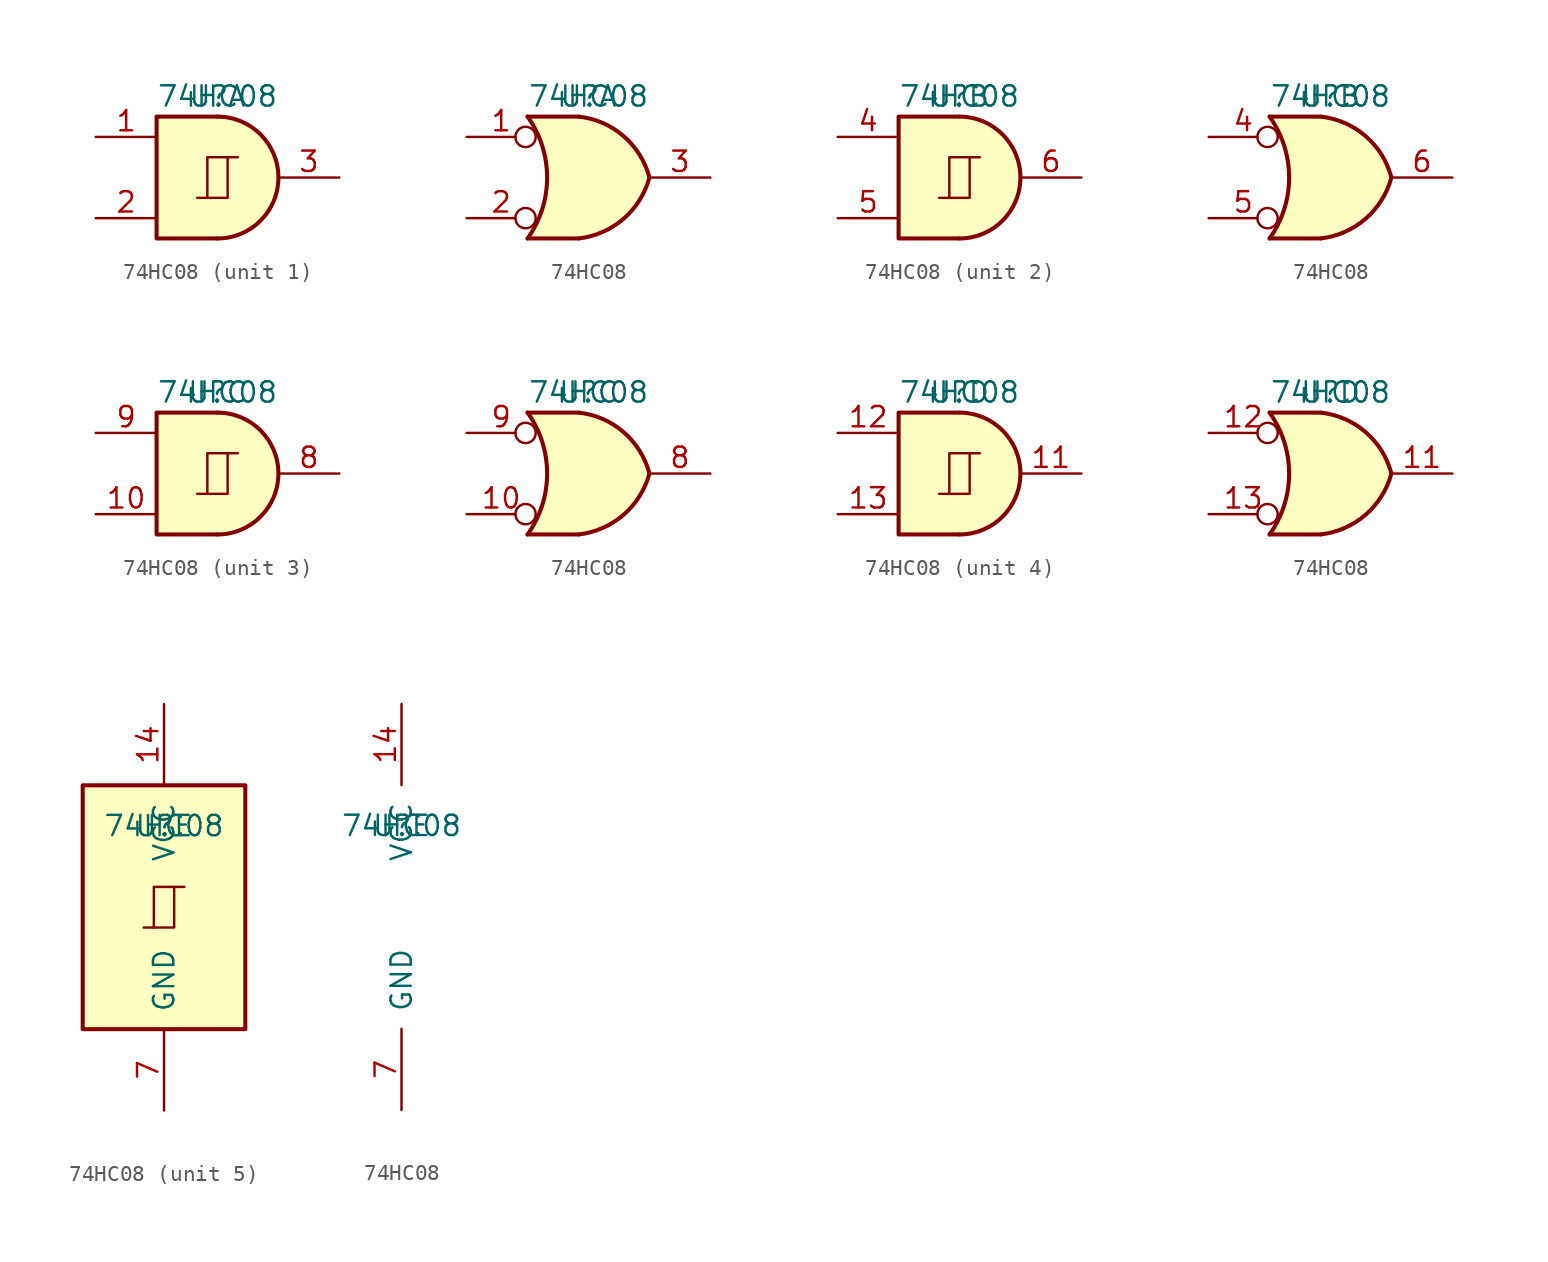
<source format=kicad_sym>
(kicad_symbol_lib
  (version 20211014)
  (generator kicad_symbol_editor)
  (symbol "74HC08"
    (pin_names
      (offset 1.016))
    (property "Reference" "U"
      (at 0 5.08 0)
      (effects (font (size 1.27 1.27))))
    (property "Value" "74HC08"
      (at 0 5.08 0)
      (effects (font (size 1.27 1.27))))
    (property "ki_locked" ""
      (at 0 0 0)
      (effects (font (size 1.27 1.27))))
    (symbol "74HC08_1_1"
      (arc (start 0 -3.81) (mid 3.81 0) (end 0 3.81) (stroke (width 0.254) (type default) (color 0 0 0 0)) (fill (type background)))
      (polyline (pts (xy -0.635 -1.27) (xy -0.635 1.27) (xy 0.635 1.27)) (stroke (width 0) (type default) (color 0 0 0 0)) (fill (type none)))
      (polyline (pts (xy -1.27 -1.27) (xy 0.635 -1.27) (xy 0.635 1.27) (xy 1.27 1.27)) (stroke (width 0) (type default) (color 0 0 0 0)) (fill (type none)))
      (polyline (pts (xy 0 3.81) (xy -3.81 3.81) (xy -3.81 -3.81) (xy 0 -3.81)) (stroke (width 0.254) (type default) (color 0 0 0 0)) (fill (type background)))
      (pin input line (at -7.62 2.54 0) (length 3.81) (name "~" (effects (font (size 1.27 1.27)))) (number "1" (effects (font (size 1.27 1.27)))))
      (pin input line (at -7.62 -2.54 0) (length 3.81) (name "~" (effects (font (size 1.27 1.27)))) (number "2" (effects (font (size 1.27 1.27)))))
      (pin output line (at 7.62 0 180) (length 3.81) (name "~" (effects (font (size 1.27 1.27)))) (number "3" (effects (font (size 1.27 1.27))))))
    (symbol "74HC08_1_2"
      (arc (start -3.81 -3.81) (mid -2.589 0) (end -3.81 3.81) (stroke (width 0.254) (type default) (color 0 0 0 0)) (fill (type none)))
      (arc (start -0.6096 -3.81) (mid 2.1842 -2.5851) (end 3.81 0) (stroke (width 0.254) (type default) (color 0 0 0 0)) (fill (type background)))
      (polyline (pts (xy -3.81 -3.81) (xy -0.635 -3.81)) (stroke (width 0.254) (type default) (color 0 0 0 0)) (fill (type background)))
      (polyline (pts (xy -3.81 3.81) (xy -0.635 3.81)) (stroke (width 0.254) (type default) (color 0 0 0 0)) (fill (type background)))
      (polyline (pts (xy -0.635 3.81) (xy -3.81 3.81) (xy -3.81 3.81) (xy -3.556 3.404) (xy -3.023 2.261) (xy -2.692 1.041) (xy -2.616 -0.254) (xy -2.769 -1.499) (xy -3.175 -2.718) (xy -3.81 -3.81) (xy -3.81 -3.81) (xy -0.635 -3.81)) (stroke (width -25.4) (type default) (color 0 0 0 0)) (fill (type background)))
      (arc (start 3.81 0) (mid 2.1915 2.5936) (end -0.6096 3.81) (stroke (width 0.254) (type default) (color 0 0 0 0)) (fill (type background)))
      (pin input inverted (at -7.62 2.54 0) (length 4.318) (name "~" (effects (font (size 1.27 1.27)))) (number "1" (effects (font (size 1.27 1.27)))))
      (pin input inverted (at -7.62 -2.54 0) (length 4.318) (name "~" (effects (font (size 1.27 1.27)))) (number "2" (effects (font (size 1.27 1.27)))))
      (pin output line (at 7.62 0 180) (length 3.81) (name "~" (effects (font (size 1.27 1.27)))) (number "3" (effects (font (size 1.27 1.27))))))
    (symbol "74HC08_2_1"
      (arc (start 0 -3.81) (mid 3.81 0) (end 0 3.81) (stroke (width 0.254) (type default) (color 0 0 0 0)) (fill (type background)))
      (polyline (pts (xy -0.635 -1.27) (xy -0.635 1.27) (xy 0.635 1.27)) (stroke (width 0) (type default) (color 0 0 0 0)) (fill (type none)))
      (polyline (pts (xy -1.27 -1.27) (xy 0.635 -1.27) (xy 0.635 1.27) (xy 1.27 1.27)) (stroke (width 0) (type default) (color 0 0 0 0)) (fill (type none)))
      (polyline (pts (xy 0 3.81) (xy -3.81 3.81) (xy -3.81 -3.81) (xy 0 -3.81)) (stroke (width 0.254) (type default) (color 0 0 0 0)) (fill (type background)))
      (pin input line (at -7.62 2.54 0) (length 3.81) (name "~" (effects (font (size 1.27 1.27)))) (number "4" (effects (font (size 1.27 1.27)))))
      (pin input line (at -7.62 -2.54 0) (length 3.81) (name "~" (effects (font (size 1.27 1.27)))) (number "5" (effects (font (size 1.27 1.27)))))
      (pin output line (at 7.62 0 180) (length 3.81) (name "~" (effects (font (size 1.27 1.27)))) (number "6" (effects (font (size 1.27 1.27))))))
    (symbol "74HC08_2_2"
      (arc (start -3.81 -3.81) (mid -2.589 0) (end -3.81 3.81) (stroke (width 0.254) (type default) (color 0 0 0 0)) (fill (type none)))
      (arc (start -0.6096 -3.81) (mid 2.1842 -2.5851) (end 3.81 0) (stroke (width 0.254) (type default) (color 0 0 0 0)) (fill (type background)))
      (polyline (pts (xy -3.81 -3.81) (xy -0.635 -3.81)) (stroke (width 0.254) (type default) (color 0 0 0 0)) (fill (type background)))
      (polyline (pts (xy -3.81 3.81) (xy -0.635 3.81)) (stroke (width 0.254) (type default) (color 0 0 0 0)) (fill (type background)))
      (polyline (pts (xy -0.635 3.81) (xy -3.81 3.81) (xy -3.81 3.81) (xy -3.556 3.404) (xy -3.023 2.261) (xy -2.692 1.041) (xy -2.616 -0.254) (xy -2.769 -1.499) (xy -3.175 -2.718) (xy -3.81 -3.81) (xy -3.81 -3.81) (xy -0.635 -3.81)) (stroke (width -25.4) (type default) (color 0 0 0 0)) (fill (type background)))
      (arc (start 3.81 0) (mid 2.1915 2.5936) (end -0.6096 3.81) (stroke (width 0.254) (type default) (color 0 0 0 0)) (fill (type background)))
      (pin input inverted (at -7.62 2.54 0) (length 4.318) (name "~" (effects (font (size 1.27 1.27)))) (number "4" (effects (font (size 1.27 1.27)))))
      (pin input inverted (at -7.62 -2.54 0) (length 4.318) (name "~" (effects (font (size 1.27 1.27)))) (number "5" (effects (font (size 1.27 1.27)))))
      (pin output line (at 7.62 0 180) (length 3.81) (name "~" (effects (font (size 1.27 1.27)))) (number "6" (effects (font (size 1.27 1.27))))))
    (symbol "74HC08_3_1"
      (arc (start 0 -3.81) (mid 3.81 0) (end 0 3.81) (stroke (width 0.254) (type default) (color 0 0 0 0)) (fill (type background)))
      (polyline (pts (xy -0.635 -1.27) (xy -0.635 1.27) (xy 0.635 1.27)) (stroke (width 0) (type default) (color 0 0 0 0)) (fill (type none)))
      (polyline (pts (xy -1.27 -1.27) (xy 0.635 -1.27) (xy 0.635 1.27) (xy 1.27 1.27)) (stroke (width 0) (type default) (color 0 0 0 0)) (fill (type none)))
      (polyline (pts (xy 0 3.81) (xy -3.81 3.81) (xy -3.81 -3.81) (xy 0 -3.81)) (stroke (width 0.254) (type default) (color 0 0 0 0)) (fill (type background)))
      (pin input line (at -7.62 -2.54 0) (length 3.81) (name "~" (effects (font (size 1.27 1.27)))) (number "10" (effects (font (size 1.27 1.27)))))
      (pin output line (at 7.62 0 180) (length 3.81) (name "~" (effects (font (size 1.27 1.27)))) (number "8" (effects (font (size 1.27 1.27)))))
      (pin input line (at -7.62 2.54 0) (length 3.81) (name "~" (effects (font (size 1.27 1.27)))) (number "9" (effects (font (size 1.27 1.27))))))
    (symbol "74HC08_3_2"
      (arc (start -3.81 -3.81) (mid -2.589 0) (end -3.81 3.81) (stroke (width 0.254) (type default) (color 0 0 0 0)) (fill (type none)))
      (arc (start -0.6096 -3.81) (mid 2.1842 -2.5851) (end 3.81 0) (stroke (width 0.254) (type default) (color 0 0 0 0)) (fill (type background)))
      (polyline (pts (xy -3.81 -3.81) (xy -0.635 -3.81)) (stroke (width 0.254) (type default) (color 0 0 0 0)) (fill (type background)))
      (polyline (pts (xy -3.81 3.81) (xy -0.635 3.81)) (stroke (width 0.254) (type default) (color 0 0 0 0)) (fill (type background)))
      (polyline (pts (xy -0.635 3.81) (xy -3.81 3.81) (xy -3.81 3.81) (xy -3.556 3.404) (xy -3.023 2.261) (xy -2.692 1.041) (xy -2.616 -0.254) (xy -2.769 -1.499) (xy -3.175 -2.718) (xy -3.81 -3.81) (xy -3.81 -3.81) (xy -0.635 -3.81)) (stroke (width -25.4) (type default) (color 0 0 0 0)) (fill (type background)))
      (arc (start 3.81 0) (mid 2.1915 2.5936) (end -0.6096 3.81) (stroke (width 0.254) (type default) (color 0 0 0 0)) (fill (type background)))
      (pin input inverted (at -7.62 -2.54 0) (length 4.318) (name "~" (effects (font (size 1.27 1.27)))) (number "10" (effects (font (size 1.27 1.27)))))
      (pin output line (at 7.62 0 180) (length 3.81) (name "~" (effects (font (size 1.27 1.27)))) (number "8" (effects (font (size 1.27 1.27)))))
      (pin input inverted (at -7.62 2.54 0) (length 4.318) (name "~" (effects (font (size 1.27 1.27)))) (number "9" (effects (font (size 1.27 1.27))))))
    (symbol "74HC08_4_1"
      (arc (start 0 -3.81) (mid 3.81 0) (end 0 3.81) (stroke (width 0.254) (type default) (color 0 0 0 0)) (fill (type background)))
      (polyline (pts (xy -0.635 -1.27) (xy -0.635 1.27) (xy 0.635 1.27)) (stroke (width 0) (type default) (color 0 0 0 0)) (fill (type none)))
      (polyline (pts (xy -1.27 -1.27) (xy 0.635 -1.27) (xy 0.635 1.27) (xy 1.27 1.27)) (stroke (width 0) (type default) (color 0 0 0 0)) (fill (type none)))
      (polyline (pts (xy 0 3.81) (xy -3.81 3.81) (xy -3.81 -3.81) (xy 0 -3.81)) (stroke (width 0.254) (type default) (color 0 0 0 0)) (fill (type background)))
      (pin output line (at 7.62 0 180) (length 3.81) (name "~" (effects (font (size 1.27 1.27)))) (number "11" (effects (font (size 1.27 1.27)))))
      (pin input line (at -7.62 2.54 0) (length 3.81) (name "~" (effects (font (size 1.27 1.27)))) (number "12" (effects (font (size 1.27 1.27)))))
      (pin input line (at -7.62 -2.54 0) (length 3.81) (name "~" (effects (font (size 1.27 1.27)))) (number "13" (effects (font (size 1.27 1.27))))))
    (symbol "74HC08_4_2"
      (arc (start -3.81 -3.81) (mid -2.589 0) (end -3.81 3.81) (stroke (width 0.254) (type default) (color 0 0 0 0)) (fill (type none)))
      (arc (start -0.6096 -3.81) (mid 2.1842 -2.5851) (end 3.81 0) (stroke (width 0.254) (type default) (color 0 0 0 0)) (fill (type background)))
      (polyline (pts (xy -3.81 -3.81) (xy -0.635 -3.81)) (stroke (width 0.254) (type default) (color 0 0 0 0)) (fill (type background)))
      (polyline (pts (xy -3.81 3.81) (xy -0.635 3.81)) (stroke (width 0.254) (type default) (color 0 0 0 0)) (fill (type background)))
      (polyline (pts (xy -0.635 3.81) (xy -3.81 3.81) (xy -3.81 3.81) (xy -3.556 3.404) (xy -3.023 2.261) (xy -2.692 1.041) (xy -2.616 -0.254) (xy -2.769 -1.499) (xy -3.175 -2.718) (xy -3.81 -3.81) (xy -3.81 -3.81) (xy -0.635 -3.81)) (stroke (width -25.4) (type default) (color 0 0 0 0)) (fill (type background)))
      (arc (start 3.81 0) (mid 2.1915 2.5936) (end -0.6096 3.81) (stroke (width 0.254) (type default) (color 0 0 0 0)) (fill (type background)))
      (pin output line (at 7.62 0 180) (length 3.81) (name "~" (effects (font (size 1.27 1.27)))) (number "11" (effects (font (size 1.27 1.27)))))
      (pin input inverted (at -7.62 2.54 0) (length 4.318) (name "~" (effects (font (size 1.27 1.27)))) (number "12" (effects (font (size 1.27 1.27)))))
      (pin input inverted (at -7.62 -2.54 0) (length 4.318) (name "~" (effects (font (size 1.27 1.27)))) (number "13" (effects (font (size 1.27 1.27))))))
    (symbol "74HC08_5_0"
      (pin power_in line (at 0 12.7 270) (length 5.08) (name "VCC" (effects (font (size 1.27 1.27)))) (number "14" (effects (font (size 1.27 1.27)))))
      (pin power_in line (at 0 -12.7 90) (length 5.08) (name "GND" (effects (font (size 1.27 1.27)))) (number "7" (effects (font (size 1.27 1.27))))))
    (symbol "74HC08_5_1"
      (rectangle (start -5.08 7.62) (end 5.08 -7.62) (stroke (width 0.254) (type default) (color 0 0 0 0)) (fill (type background)))
      (polyline (pts (xy -0.635 -1.27) (xy -0.635 1.27) (xy 0.635 1.27)) (stroke (width 0) (type default) (color 0 0 0 0)) (fill (type none)))
      (polyline (pts (xy -1.27 -1.27) (xy 0.635 -1.27) (xy 0.635 1.27) (xy 1.27 1.27)) (stroke (width 0) (type default) (color 0 0 0 0)) (fill (type none))))))
</source>
